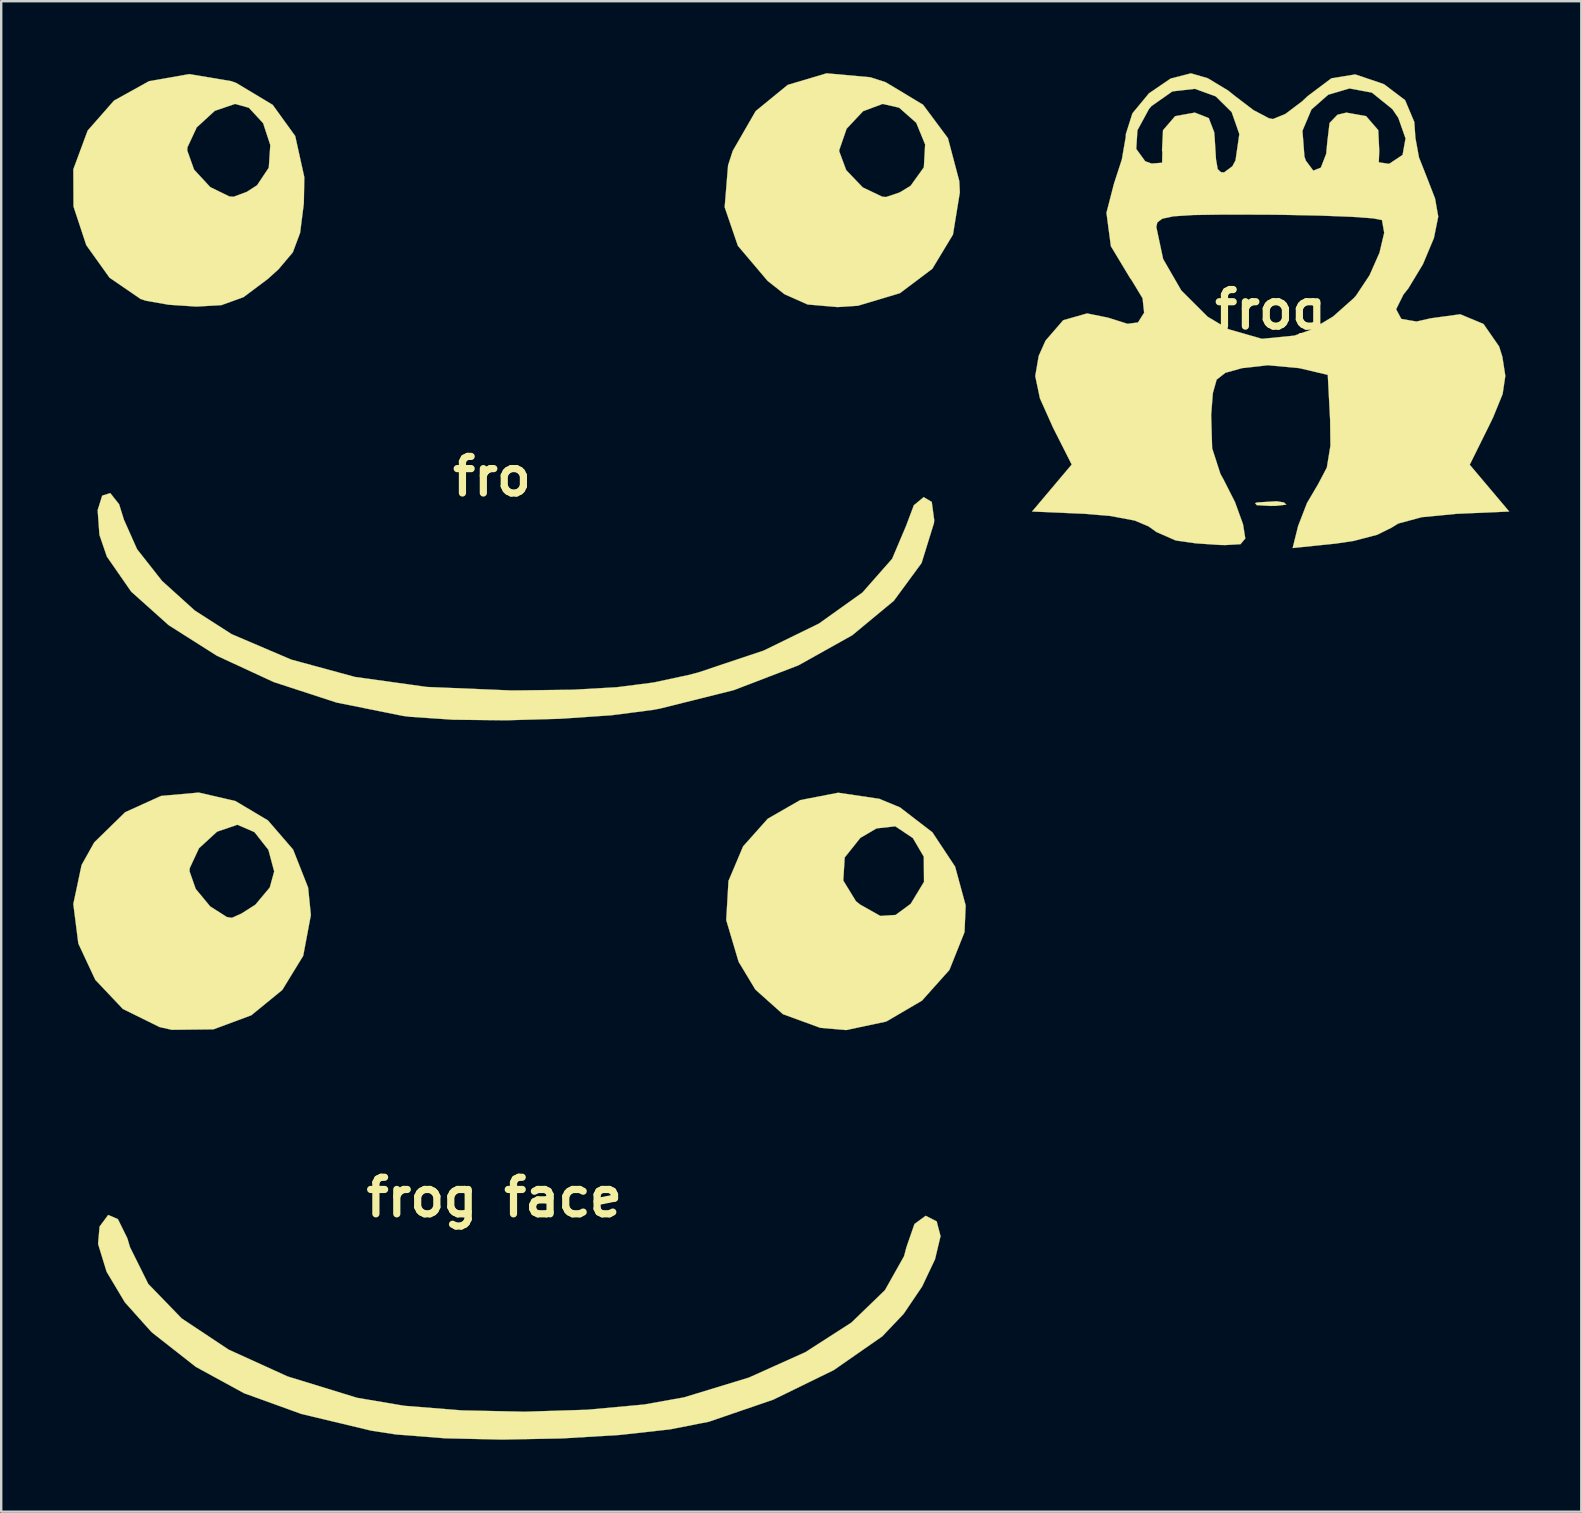
<source format=kicad_pcb>
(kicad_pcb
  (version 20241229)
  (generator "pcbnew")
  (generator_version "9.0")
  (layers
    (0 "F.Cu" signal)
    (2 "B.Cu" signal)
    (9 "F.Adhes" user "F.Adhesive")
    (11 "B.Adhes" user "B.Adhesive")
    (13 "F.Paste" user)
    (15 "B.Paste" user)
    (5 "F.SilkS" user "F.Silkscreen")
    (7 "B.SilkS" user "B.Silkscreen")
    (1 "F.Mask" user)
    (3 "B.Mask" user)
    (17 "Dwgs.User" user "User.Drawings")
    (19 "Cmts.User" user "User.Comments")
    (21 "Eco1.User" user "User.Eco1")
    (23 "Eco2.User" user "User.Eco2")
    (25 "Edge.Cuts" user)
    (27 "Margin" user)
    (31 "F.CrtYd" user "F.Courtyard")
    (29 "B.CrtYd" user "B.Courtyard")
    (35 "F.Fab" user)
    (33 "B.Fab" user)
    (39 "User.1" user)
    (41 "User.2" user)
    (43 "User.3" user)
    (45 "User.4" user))
  (footprint "frog"
    (layer "F.Cu")
    (at 49.89 9.848)
    (property "Reference" "frog" (at 0 0 0) (layer "F.SilkS") (effects (font (size 1.524 1.524) (thickness 0.3))))
    (attr through_hole)
    (fp_poly (pts (xy 0.556 8.036) (xy 0.654 8.128) (xy 0.215 8.178) (xy 0 8.181) (xy -0.578 8.148) (xy -0.646 8.066) (xy -0.556 8.036) (xy 0.25 7.987) (xy 0.556 8.036)) (stroke (width 0.01) (type solid)) (fill yes) (layer "F.SilkS"))
    (fp_poly (pts (xy -2.621 -9.639) (xy -1.772 -9.127) (xy -1.477 -8.89) (xy -0.716 -8.311) (xy -0.075 -7.973) (xy 0.097 -7.938) (xy 0.614 -8.149) (xy 1.312 -8.676) (xy 1.539 -8.89) (xy 2.53 -9.635) (xy 3.525 -9.797) (xy 4.694 -9.402) (xy 4.74 -9.378) (xy 5.603 -8.724) (xy 5.986 -7.814) (xy 6.032 -7.154) (xy 6.18 -6.342) (xy 6.507 -5.513) (xy 6.85 -4.629) (xy 6.983 -3.874) (xy 6.803 -2.98) (xy 6.344 -1.886) (xy 5.735 -0.879) (xy 5.534 -0.628) (xy 5.229 -0.015) (xy 5.445 0.39) (xy 6.079 0.498) (xy 6.674 0.363) (xy 7.899 0.196) (xy 8.868 0.599) (xy 9.519 1.537) (xy 9.655 1.966) (xy 9.778 2.763) (xy 9.666 3.518) (xy 9.271 4.487) (xy 9.12 4.799) (xy 8.295 6.465) (xy 9.117 7.439) (xy 9.939 8.414) (xy 7.755 8.509) (xy 6.297 8.65) (xy 5.318 8.914) (xy 5.041 9.084) (xy 4.439 9.383) (xy 3.459 9.639) (xy 2.714 9.75) (xy 0.917 9.935) (xy 1.146 9.016) (xy 1.515 8.061) (xy 1.975 7.28) (xy 2.342 6.583) (xy 2.491 5.676) (xy 2.478 4.592) (xy 2.381 2.72) (xy 1.191 2.44) (xy -0.115 2.319) (xy -1.191 2.44) (xy -1.885 2.634) (xy -2.25 2.92) (xy -2.408 3.484) (xy -2.478 4.39) (xy -2.437 5.777) (xy -2.092 6.847) (xy -1.963 7.079) (xy -1.484 8.023) (xy -1.157 8.926) (xy -1.146 8.969) (xy -1.056 9.537) (xy -1.256 9.775) (xy -1.898 9.812) (xy -2.137 9.806) (xy -3.113 9.74) (xy -3.906 9.628) (xy -3.969 9.614) (xy -4.755 9.269) (xy -5.087 9.032) (xy -5.662 8.79) (xy -6.678 8.6) (xy -7.755 8.509) (xy -9.939 8.414) (xy -9.113 7.435) (xy -8.288 6.456) (xy -9.065 4.92) (xy -9.613 3.696) (xy -9.807 2.771) (xy -9.663 1.932) (xy -9.379 1.295) (xy -8.643 0.444) (xy -7.647 0.161) (xy -6.772 0.338) (xy -5.961 0.594) (xy -5.526 0.536) (xy -5.275 0.138) (xy -5.271 0.128) (xy -5.335 -0.47) (xy -5.803 -1.244) (xy -5.845 -1.294) (xy -6.656 -2.641) (xy -6.762 -3.441) (xy -4.763 -3.441) (xy -4.479 -2.106) (xy -3.722 -0.795) (xy -2.626 0.297) (xy -1.746 0.822) (xy -0.361 1.219) (xy 0.987 1.086) (xy 1.692 0.837) (xy 2.602 0.29) (xy 3.466 -0.478) (xy 3.56 -0.584) (xy 4.122 -1.429) (xy 4.536 -2.369) (xy 4.732 -3.2) (xy 4.641 -3.719) (xy 4.63 -3.731) (xy 4.259 -3.802) (xy 3.372 -3.865) (xy 2.086 -3.915) (xy 0.519 -3.947) (xy -0.163 -3.954) (xy -1.967 -3.958) (xy -3.231 -3.939) (xy -4.048 -3.886) (xy -4.513 -3.787) (xy -4.72 -3.633) (xy -4.763 -3.441) (xy -6.762 -3.441) (xy -6.84 -4.033) (xy -6.527 -5.245) (xy -6.199 -6.254) (xy -6.123 -6.693) (xy -5.599 -6.693) (xy -5.227 -6.181) (xy -4.955 -6.083) (xy -4.521 -6.118) (xy -4.511 -6.568) (xy -4.525 -6.621) (xy -4.484 -7.472) (xy -3.979 -8.058) (xy -3.159 -8.206) (xy -3.157 -8.206) (xy -2.577 -7.977) (xy -2.351 -7.387) (xy -2.331 -7.144) (xy -2.277 -6.266) (xy -2.205 -5.85) (xy -2.069 -5.724) (xy -1.939 -5.715) (xy -1.595 -5.969) (xy -1.463 -6.217) (xy -1.304 -7.312) (xy -1.352 -7.45) (xy 1.326 -7.45) (xy 1.409 -6.373) (xy 1.468 -6.204) (xy 1.777 -5.789) (xy 2.092 -5.913) (xy 2.315 -6.488) (xy 2.364 -7.006) (xy 2.455 -7.773) (xy 2.784 -8.117) (xy 3.157 -8.206) (xy 3.978 -8.059) (xy 4.484 -7.473) (xy 4.525 -6.622) (xy 4.525 -6.621) (xy 4.507 -6.136) (xy 4.907 -6.074) (xy 4.955 -6.083) (xy 5.497 -6.442) (xy 5.621 -7.129) (xy 5.32 -7.988) (xy 5.071 -8.353) (xy 4.219 -9.04) (xy 3.284 -9.213) (xy 2.399 -8.951) (xy 1.701 -8.337) (xy 1.326 -7.45) (xy -1.352 -7.45) (xy -1.624 -8.228) (xy -2.287 -8.883) (xy -3.156 -9.198) (xy -4.094 -9.09) (xy -4.964 -8.48) (xy -5.071 -8.353) (xy -5.55 -7.47) (xy -5.599 -6.693) (xy -6.123 -6.693) (xy -6.036 -7.194) (xy -6.032 -7.313) (xy -5.758 -8.176) (xy -5.069 -9.009) (xy -4.165 -9.626) (xy -3.32 -9.842) (xy -2.621 -9.639)) (stroke (width 0.01) (type solid)) (fill yes) (layer "F.SilkS")))
  (footprint "fro"
    (layer "F.Cu")
    (at 17.451 16.801)
    (property "Reference" "fro" (at 0 0 0) (layer "F.SilkS") (effects (font (size 1.524 1.524) (thickness 0.3))))
    (attr through_hole)
    (fp_poly (pts (xy 15.759 -16.632) (xy 16.397 -16.426) (xy 17.957 -15.488) (xy 18.993 -14.096) (xy 19.466 -12.311) (xy 19.49 -11.836) (xy 19.204 -10.078) (xy 18.343 -8.652) (xy 16.993 -7.636) (xy 15.239 -7.112) (xy 14.388 -7.057) (xy 13.146 -7.165) (xy 12.185 -7.592) (xy 11.482 -8.147) (xy 10.242 -9.611) (xy 9.692 -11.218) (xy 9.834 -12.966) (xy 10.023 -13.547) (xy 14.464 -13.547) (xy 14.755 -12.763) (xy 15.445 -12.042) (xy 16.258 -11.655) (xy 16.415 -11.642) (xy 16.987 -11.834) (xy 17.439 -12.11) (xy 17.991 -12.881) (xy 18.044 -13.831) (xy 17.674 -14.735) (xy 16.96 -15.365) (xy 16.276 -15.522) (xy 15.459 -15.219) (xy 14.773 -14.488) (xy 14.465 -13.598) (xy 14.464 -13.547) (xy 10.023 -13.547) (xy 10.029 -13.566) (xy 10.984 -15.223) (xy 12.317 -16.313) (xy 13.939 -16.796) (xy 15.759 -16.632)) (stroke (width 0.01) (type solid)) (fill yes) (layer "F.SilkS"))
    (fp_poly (pts (xy -10.858 -16.468) (xy -10.65 -16.39) (xy -9.139 -15.482) (xy -8.202 -14.185) (xy -7.822 -12.468) (xy -7.842 -11.374) (xy -7.997 -10.152) (xy -8.302 -9.336) (xy -8.904 -8.624) (xy -9.354 -8.22) (xy -10.355 -7.471) (xy -11.277 -7.138) (xy -12.318 -7.078) (xy -13.468 -7.154) (xy -14.417 -7.32) (xy -14.64 -7.392) (xy -15.938 -8.282) (xy -16.906 -9.636) (xy -17.438 -11.246) (xy -17.446 -12.796) (xy -17.155 -13.582) (xy -12.7 -13.582) (xy -12.415 -12.783) (xy -11.741 -12.055) (xy -10.946 -11.666) (xy -10.769 -11.653) (xy -10.217 -11.858) (xy -9.79 -12.133) (xy -9.302 -12.865) (xy -9.239 -13.807) (xy -9.538 -14.719) (xy -10.132 -15.361) (xy -10.706 -15.522) (xy -11.553 -15.233) (xy -12.305 -14.543) (xy -12.69 -13.716) (xy -12.7 -13.582) (xy -17.155 -13.582) (xy -16.849 -14.41) (xy -15.75 -15.66) (xy -14.291 -16.469) (xy -12.613 -16.763) (xy -10.858 -16.468)) (stroke (width 0.01) (type solid)) (fill yes) (layer "F.SilkS"))
    (fp_poly (pts (xy -15.539 1.158) (xy -15.337 1.804) (xy -14.79 3.032) (xy -13.751 4.352) (xy -12.384 5.588) (xy -10.853 6.569) (xy -10.836 6.577) (xy -8.365 7.632) (xy -5.712 8.353) (xy -2.721 8.77) (xy 0.766 8.915) (xy 1.058 8.915) (xy 3.375 8.886) (xy 5.196 8.782) (xy 6.73 8.585) (xy 8.185 8.273) (xy 8.581 8.17) (xy 11.315 7.256) (xy 13.621 6.129) (xy 15.43 4.838) (xy 16.669 3.432) (xy 17.25 2.061) (xy 17.574 1.2) (xy 17.984 0.861) (xy 18.32 1.061) (xy 18.422 1.816) (xy 18.412 1.94) (xy 17.896 3.607) (xy 16.74 5.18) (xy 15.008 6.615) (xy 12.764 7.87) (xy 10.072 8.903) (xy 6.995 9.671) (xy 6.703 9.726) (xy 4.979 9.949) (xy 2.84 10.096) (xy 0.551 10.16) (xy -1.622 10.135) (xy -3.416 10.014) (xy -3.704 9.978) (xy -6.48 9.42) (xy -9.099 8.565) (xy -11.463 7.471) (xy -13.474 6.196) (xy -15.035 4.799) (xy -16.049 3.337) (xy -16.358 2.434) (xy -16.432 1.404) (xy -16.243 0.8) (xy -15.907 0.694) (xy -15.539 1.158)) (stroke (width 0.01) (type solid)) (fill yes) (layer "F.SilkS")))
  (footprint "frog face"
    (layer "F.Cu")
    (at 17.546 46.834)
    (property "Reference" "frog face" (at 0 0 0) (layer "F.SilkS") (effects (font (size 1.524 1.524) (thickness 0.3))))
    (attr through_hole)
    (fp_poly (pts (xy 16.038 -16.602) (xy 16.902 -16.244) (xy 18.251 -15.206) (xy 19.198 -13.776) (xy 19.638 -12.159) (xy 19.59 -11.048) (xy 18.961 -9.473) (xy 17.818 -8.194) (xy 16.328 -7.322) (xy 14.657 -6.967) (xy 13.582 -7.06) (xy 12.023 -7.63) (xy 10.877 -8.653) (xy 10.178 -9.812) (xy 9.662 -11.549) (xy 9.756 -13.182) (xy 9.763 -13.197) (xy 14.538 -13.197) (xy 15.068 -12.333) (xy 15.248 -12.191) (xy 16.082 -11.722) (xy 16.717 -11.763) (xy 17.347 -12.226) (xy 17.902 -13.142) (xy 17.893 -14.191) (xy 17.437 -14.968) (xy 16.705 -15.457) (xy 15.923 -15.369) (xy 15.248 -14.973) (xy 14.598 -14.158) (xy 14.538 -13.197) (xy 9.763 -13.197) (xy 10.365 -14.621) (xy 11.393 -15.773) (xy 12.745 -16.549) (xy 14.325 -16.855) (xy 16.038 -16.602)) (stroke (width 0.01) (type solid)) (fill yes) (layer "F.SilkS"))
    (fp_poly (pts (xy -10.785 -16.508) (xy -9.433 -15.702) (xy -8.383 -14.486) (xy -7.759 -12.903) (xy -7.644 -11.759) (xy -7.963 -10.062) (xy -8.835 -8.638) (xy -10.125 -7.584) (xy -11.703 -6.998) (xy -13.437 -6.978) (xy -13.946 -7.092) (xy -15.477 -7.847) (xy -16.625 -9.06) (xy -17.332 -10.571) (xy -17.541 -12.219) (xy -17.252 -13.582) (xy -12.7 -13.582) (xy -12.442 -12.848) (xy -11.84 -12.12) (xy -11.146 -11.677) (xy -10.936 -11.642) (xy -10.533 -11.823) (xy -9.956 -12.191) (xy -9.355 -12.909) (xy -9.172 -13.577) (xy -9.413 -14.476) (xy -9.994 -15.215) (xy -10.704 -15.522) (xy -10.706 -15.522) (xy -11.553 -15.233) (xy -12.305 -14.543) (xy -12.69 -13.716) (xy -12.7 -13.582) (xy -17.252 -13.582) (xy -17.196 -13.845) (xy -16.67 -14.786) (xy -15.381 -16.044) (xy -13.886 -16.722) (xy -12.312 -16.862) (xy -10.785 -16.508)) (stroke (width 0.01) (type solid)) (fill yes) (layer "F.SilkS"))
    (fp_poly (pts (xy -15.684 0.911) (xy -15.291 1.707) (xy -15.18 2.079) (xy -14.419 3.61) (xy -13.025 5.049) (xy -11.067 6.349) (xy -8.618 7.463) (xy -5.747 8.346) (xy -5.687 8.36) (xy -3.749 8.688) (xy -1.354 8.879) (xy 1.265 8.934) (xy 3.872 8.852) (xy 6.234 8.635) (xy 7.902 8.337) (xy 10.609 7.511) (xy 12.961 6.453) (xy 14.877 5.221) (xy 16.275 3.87) (xy 17.071 2.455) (xy 17.17 2.08) (xy 17.505 1.113) (xy 17.971 0.771) (xy 18.429 1.002) (xy 18.591 1.619) (xy 18.361 2.583) (xy 17.822 3.72) (xy 17.056 4.853) (xy 16.166 5.792) (xy 14.142 7.2) (xy 11.623 8.431) (xy 8.938 9.351) (xy 7.324 9.669) (xy 5.214 9.903) (xy 2.812 10.047) (xy 0.325 10.095) (xy -2.045 10.042) (xy -4.091 9.882) (xy -5.115 9.726) (xy -8.04 9.027) (xy -10.426 8.164) (xy -12.436 7.066) (xy -14.231 5.658) (xy -14.31 5.586) (xy -15.392 4.377) (xy -16.154 3.104) (xy -16.51 1.943) (xy -16.447 1.22) (xy -16.088 0.736) (xy -15.684 0.911)) (stroke (width 0.01) (type solid)) (fill yes) (layer "F.SilkS")))
  (gr_rect
    (start -3 -3)
    (end 62.834 59.934)
    (stroke (width 0.1) (type default))
    (fill no)
    (layer "Edge.Cuts")))
</source>
